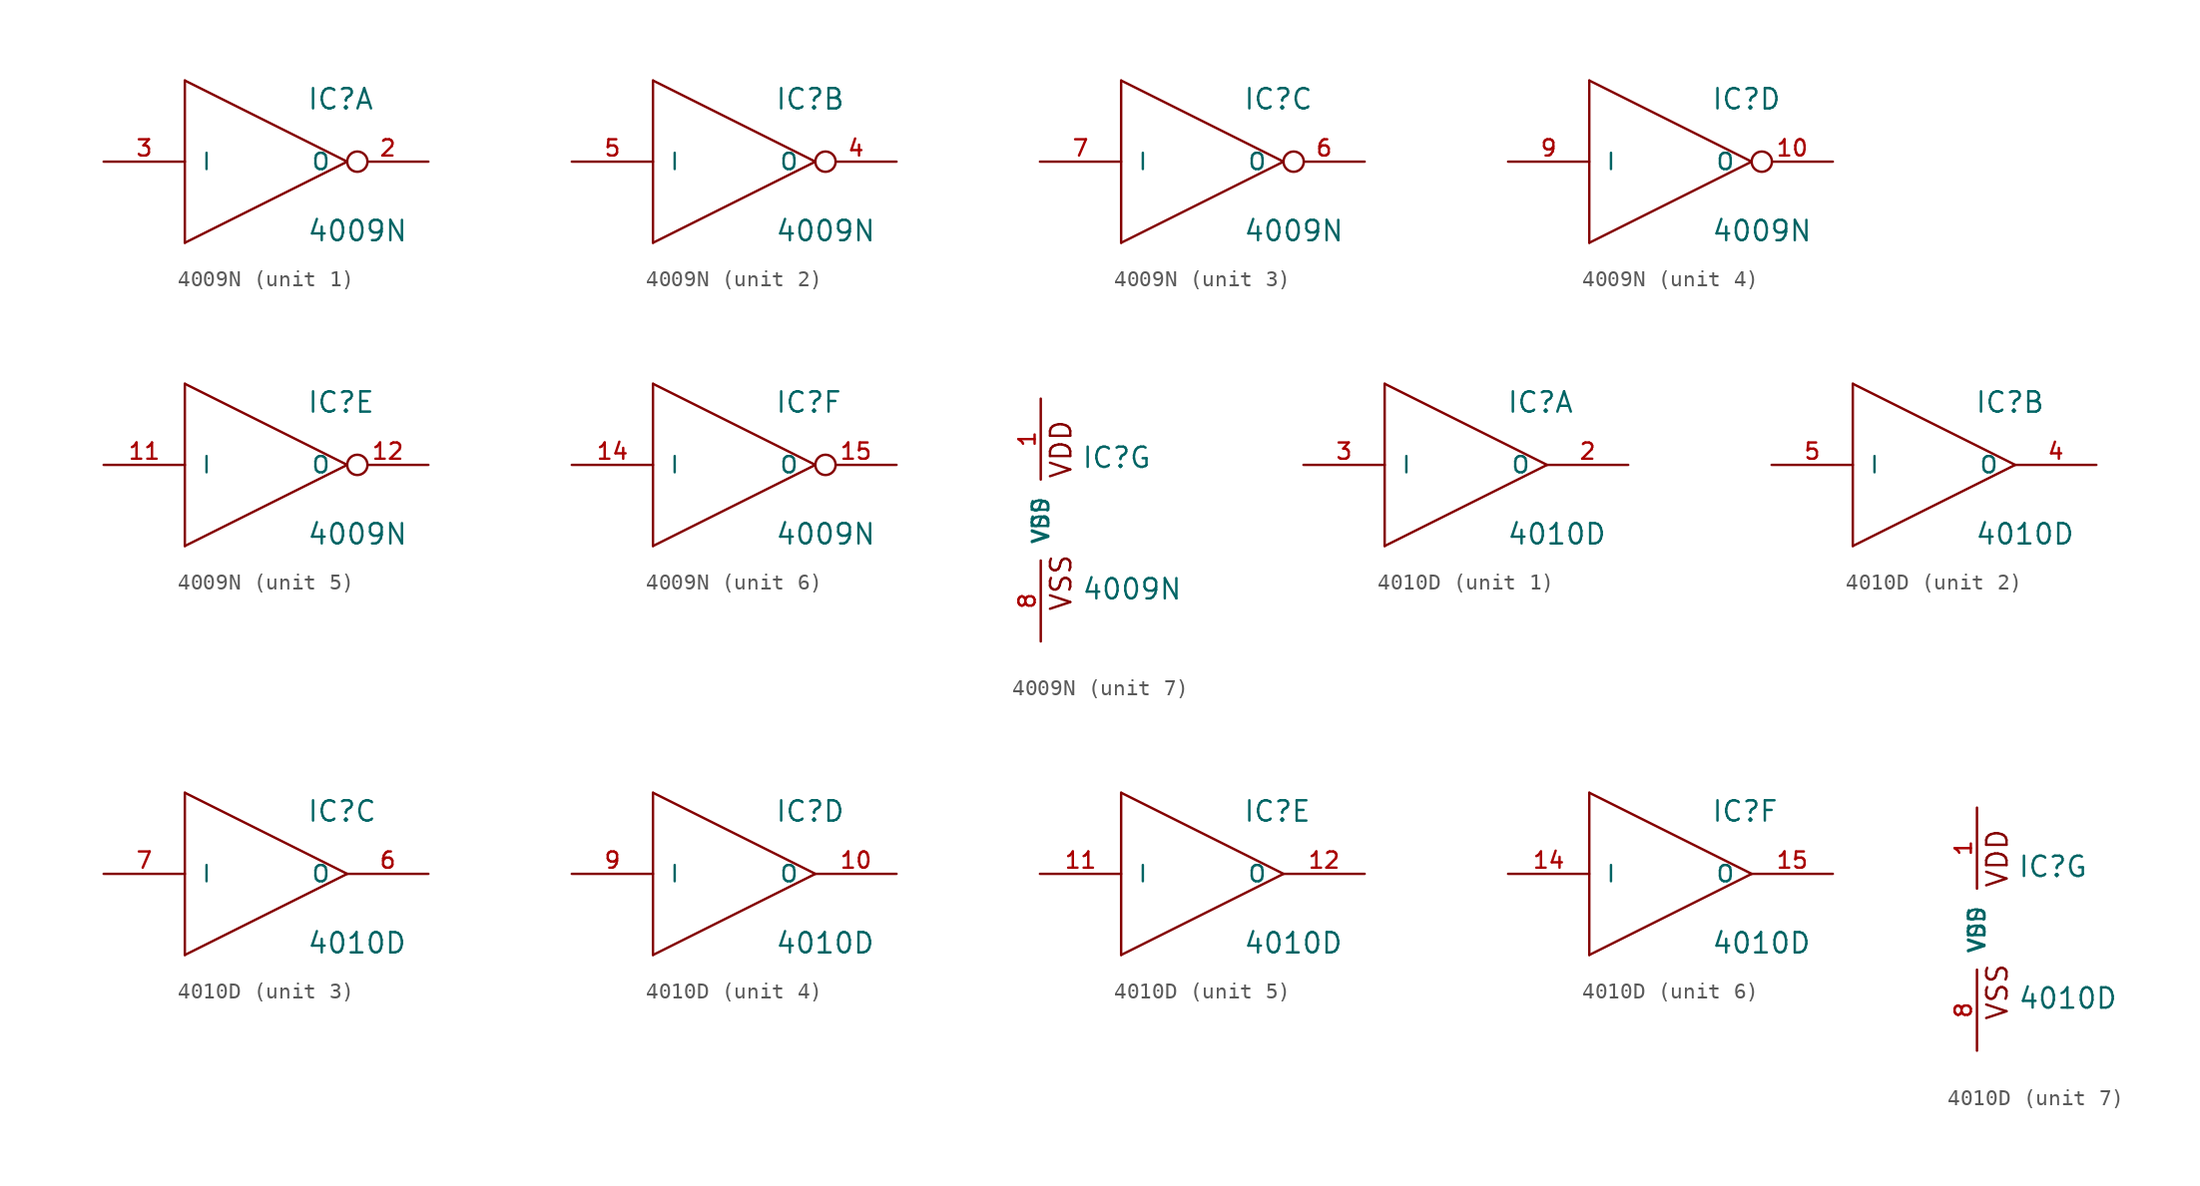
<source format=kicad_sym>
(kicad_symbol_lib
  (version 20211014)
  (generator kicad_symbol_editor)
  (symbol "4009N"
    (pin_names
      (offset 1.016))
    (property "Reference" "IC"
      (at 2.54 3.175 0)
      (effects (font (size 1.27 1.27)) (justify left bottom)))
    (property "Value" "4009N"
      (at 2.54 -5.08 0)
      (effects (font (size 1.27 1.27)) (justify left bottom)))
    (property "ki_locked" ""
      (at 0 0 0)
      (effects (font (size 1.27 1.27))))
    (symbol "4009N_1_0"
      (polyline (pts (xy -5.08 -5.08) (xy 5.08 0)) (stroke (width 0) (type default) (color 0 0 0 0)) (fill (type none)))
      (polyline (pts (xy -5.08 5.08) (xy -5.08 -5.08)) (stroke (width 0) (type default) (color 0 0 0 0)) (fill (type none)))
      (polyline (pts (xy 5.08 0) (xy -5.08 5.08)) (stroke (width 0) (type default) (color 0 0 0 0)) (fill (type none))))
    (symbol "4009N_1_1"
      (pin output inverted (at 10.16 0 180) (length 5.08) (name "O" (effects (font (size 1.016 1.016)))) (number "2" (effects (font (size 1.016 1.016)))))
      (pin input line (at -10.16 0 0) (length 5.08) (name "I" (effects (font (size 1.016 1.016)))) (number "3" (effects (font (size 1.016 1.016))))))
    (symbol "4009N_2_0"
      (polyline (pts (xy -5.08 -5.08) (xy 5.08 0)) (stroke (width 0) (type default) (color 0 0 0 0)) (fill (type none)))
      (polyline (pts (xy -5.08 5.08) (xy -5.08 -5.08)) (stroke (width 0) (type default) (color 0 0 0 0)) (fill (type none)))
      (polyline (pts (xy 5.08 0) (xy -5.08 5.08)) (stroke (width 0) (type default) (color 0 0 0 0)) (fill (type none))))
    (symbol "4009N_2_1"
      (pin output inverted (at 10.16 0 180) (length 5.08) (name "O" (effects (font (size 1.016 1.016)))) (number "4" (effects (font (size 1.016 1.016)))))
      (pin input line (at -10.16 0 0) (length 5.08) (name "I" (effects (font (size 1.016 1.016)))) (number "5" (effects (font (size 1.016 1.016))))))
    (symbol "4009N_3_0"
      (polyline (pts (xy -5.08 -5.08) (xy 5.08 0)) (stroke (width 0) (type default) (color 0 0 0 0)) (fill (type none)))
      (polyline (pts (xy -5.08 5.08) (xy -5.08 -5.08)) (stroke (width 0) (type default) (color 0 0 0 0)) (fill (type none)))
      (polyline (pts (xy 5.08 0) (xy -5.08 5.08)) (stroke (width 0) (type default) (color 0 0 0 0)) (fill (type none))))
    (symbol "4009N_3_1"
      (pin output inverted (at 10.16 0 180) (length 5.08) (name "O" (effects (font (size 1.016 1.016)))) (number "6" (effects (font (size 1.016 1.016)))))
      (pin input line (at -10.16 0 0) (length 5.08) (name "I" (effects (font (size 1.016 1.016)))) (number "7" (effects (font (size 1.016 1.016))))))
    (symbol "4009N_4_0"
      (polyline (pts (xy -5.08 -5.08) (xy 5.08 0)) (stroke (width 0) (type default) (color 0 0 0 0)) (fill (type none)))
      (polyline (pts (xy -5.08 5.08) (xy -5.08 -5.08)) (stroke (width 0) (type default) (color 0 0 0 0)) (fill (type none)))
      (polyline (pts (xy 5.08 0) (xy -5.08 5.08)) (stroke (width 0) (type default) (color 0 0 0 0)) (fill (type none))))
    (symbol "4009N_4_1"
      (pin output inverted (at 10.16 0 180) (length 5.08) (name "O" (effects (font (size 1.016 1.016)))) (number "10" (effects (font (size 1.016 1.016)))))
      (pin input line (at -10.16 0 0) (length 5.08) (name "I" (effects (font (size 1.016 1.016)))) (number "9" (effects (font (size 1.016 1.016))))))
    (symbol "4009N_5_0"
      (polyline (pts (xy -5.08 -5.08) (xy 5.08 0)) (stroke (width 0) (type default) (color 0 0 0 0)) (fill (type none)))
      (polyline (pts (xy -5.08 5.08) (xy -5.08 -5.08)) (stroke (width 0) (type default) (color 0 0 0 0)) (fill (type none)))
      (polyline (pts (xy 5.08 0) (xy -5.08 5.08)) (stroke (width 0) (type default) (color 0 0 0 0)) (fill (type none))))
    (symbol "4009N_5_1"
      (pin input line (at -10.16 0 0) (length 5.08) (name "I" (effects (font (size 1.016 1.016)))) (number "11" (effects (font (size 1.016 1.016)))))
      (pin output inverted (at 10.16 0 180) (length 5.08) (name "O" (effects (font (size 1.016 1.016)))) (number "12" (effects (font (size 1.016 1.016))))))
    (symbol "4009N_6_0"
      (polyline (pts (xy -5.08 -5.08) (xy 5.08 0)) (stroke (width 0) (type default) (color 0 0 0 0)) (fill (type none)))
      (polyline (pts (xy -5.08 5.08) (xy -5.08 -5.08)) (stroke (width 0) (type default) (color 0 0 0 0)) (fill (type none)))
      (polyline (pts (xy 5.08 0) (xy -5.08 5.08)) (stroke (width 0) (type default) (color 0 0 0 0)) (fill (type none))))
    (symbol "4009N_6_1"
      (pin input line (at -10.16 0 0) (length 5.08) (name "I" (effects (font (size 1.016 1.016)))) (number "14" (effects (font (size 1.016 1.016)))))
      (pin output inverted (at 10.16 0 180) (length 5.08) (name "O" (effects (font (size 1.016 1.016)))) (number "15" (effects (font (size 1.016 1.016))))))
    (symbol "4009N_7_0"
      (text "VDD" (at 1.27 4.445 1) (effects (font (size 1.27 1.27))))
      (text "VSS" (at 1.27 -3.937 1) (effects (font (size 1.27 1.27)))))
    (symbol "4009N_7_1"
      (pin power_in line (at 0 7.62 270) (length 5.08) (name "VDD" (effects (font (size 1.016 1.016)))) (number "1" (effects (font (size 1.016 1.016)))))
      (pin power_in line (at 0 -7.62 90) (length 5.08) (name "VSS" (effects (font (size 1.016 1.016)))) (number "8" (effects (font (size 1.016 1.016)))))))
  (symbol "4010D"
    (pin_names
      (offset 1.016))
    (property "Reference" "IC"
      (at 2.54 3.175 0)
      (effects (font (size 1.27 1.27)) (justify left bottom)))
    (property "Value" "4010D"
      (at 2.54 -5.08 0)
      (effects (font (size 1.27 1.27)) (justify left bottom)))
    (property "ki_locked" ""
      (at 0 0 0)
      (effects (font (size 1.27 1.27))))
    (symbol "4010D_1_0"
      (polyline (pts (xy -5.08 -5.08) (xy 5.08 0)) (stroke (width 0) (type default) (color 0 0 0 0)) (fill (type none)))
      (polyline (pts (xy -5.08 5.08) (xy -5.08 -5.08)) (stroke (width 0) (type default) (color 0 0 0 0)) (fill (type none)))
      (polyline (pts (xy 5.08 0) (xy -5.08 5.08)) (stroke (width 0) (type default) (color 0 0 0 0)) (fill (type none))))
    (symbol "4010D_1_1"
      (pin output line (at 10.16 0 180) (length 5.08) (name "O" (effects (font (size 1.016 1.016)))) (number "2" (effects (font (size 1.016 1.016)))))
      (pin input line (at -10.16 0 0) (length 5.08) (name "I" (effects (font (size 1.016 1.016)))) (number "3" (effects (font (size 1.016 1.016))))))
    (symbol "4010D_2_0"
      (polyline (pts (xy -5.08 -5.08) (xy 5.08 0)) (stroke (width 0) (type default) (color 0 0 0 0)) (fill (type none)))
      (polyline (pts (xy -5.08 5.08) (xy -5.08 -5.08)) (stroke (width 0) (type default) (color 0 0 0 0)) (fill (type none)))
      (polyline (pts (xy 5.08 0) (xy -5.08 5.08)) (stroke (width 0) (type default) (color 0 0 0 0)) (fill (type none))))
    (symbol "4010D_2_1"
      (pin output line (at 10.16 0 180) (length 5.08) (name "O" (effects (font (size 1.016 1.016)))) (number "4" (effects (font (size 1.016 1.016)))))
      (pin input line (at -10.16 0 0) (length 5.08) (name "I" (effects (font (size 1.016 1.016)))) (number "5" (effects (font (size 1.016 1.016))))))
    (symbol "4010D_3_0"
      (polyline (pts (xy -5.08 -5.08) (xy 5.08 0)) (stroke (width 0) (type default) (color 0 0 0 0)) (fill (type none)))
      (polyline (pts (xy -5.08 5.08) (xy -5.08 -5.08)) (stroke (width 0) (type default) (color 0 0 0 0)) (fill (type none)))
      (polyline (pts (xy 5.08 0) (xy -5.08 5.08)) (stroke (width 0) (type default) (color 0 0 0 0)) (fill (type none))))
    (symbol "4010D_3_1"
      (pin output line (at 10.16 0 180) (length 5.08) (name "O" (effects (font (size 1.016 1.016)))) (number "6" (effects (font (size 1.016 1.016)))))
      (pin input line (at -10.16 0 0) (length 5.08) (name "I" (effects (font (size 1.016 1.016)))) (number "7" (effects (font (size 1.016 1.016))))))
    (symbol "4010D_4_0"
      (polyline (pts (xy -5.08 -5.08) (xy 5.08 0)) (stroke (width 0) (type default) (color 0 0 0 0)) (fill (type none)))
      (polyline (pts (xy -5.08 5.08) (xy -5.08 -5.08)) (stroke (width 0) (type default) (color 0 0 0 0)) (fill (type none)))
      (polyline (pts (xy 5.08 0) (xy -5.08 5.08)) (stroke (width 0) (type default) (color 0 0 0 0)) (fill (type none))))
    (symbol "4010D_4_1"
      (pin output line (at 10.16 0 180) (length 5.08) (name "O" (effects (font (size 1.016 1.016)))) (number "10" (effects (font (size 1.016 1.016)))))
      (pin input line (at -10.16 0 0) (length 5.08) (name "I" (effects (font (size 1.016 1.016)))) (number "9" (effects (font (size 1.016 1.016))))))
    (symbol "4010D_5_0"
      (polyline (pts (xy -5.08 -5.08) (xy 5.08 0)) (stroke (width 0) (type default) (color 0 0 0 0)) (fill (type none)))
      (polyline (pts (xy -5.08 5.08) (xy -5.08 -5.08)) (stroke (width 0) (type default) (color 0 0 0 0)) (fill (type none)))
      (polyline (pts (xy 5.08 0) (xy -5.08 5.08)) (stroke (width 0) (type default) (color 0 0 0 0)) (fill (type none))))
    (symbol "4010D_5_1"
      (pin input line (at -10.16 0 0) (length 5.08) (name "I" (effects (font (size 1.016 1.016)))) (number "11" (effects (font (size 1.016 1.016)))))
      (pin output line (at 10.16 0 180) (length 5.08) (name "O" (effects (font (size 1.016 1.016)))) (number "12" (effects (font (size 1.016 1.016))))))
    (symbol "4010D_6_0"
      (polyline (pts (xy -5.08 -5.08) (xy 5.08 0)) (stroke (width 0) (type default) (color 0 0 0 0)) (fill (type none)))
      (polyline (pts (xy -5.08 5.08) (xy -5.08 -5.08)) (stroke (width 0) (type default) (color 0 0 0 0)) (fill (type none)))
      (polyline (pts (xy 5.08 0) (xy -5.08 5.08)) (stroke (width 0) (type default) (color 0 0 0 0)) (fill (type none))))
    (symbol "4010D_6_1"
      (pin input line (at -10.16 0 0) (length 5.08) (name "I" (effects (font (size 1.016 1.016)))) (number "14" (effects (font (size 1.016 1.016)))))
      (pin output line (at 10.16 0 180) (length 5.08) (name "O" (effects (font (size 1.016 1.016)))) (number "15" (effects (font (size 1.016 1.016))))))
    (symbol "4010D_7_0"
      (text "VDD" (at 1.27 4.445 1) (effects (font (size 1.27 1.27))))
      (text "VSS" (at 1.27 -3.937 1) (effects (font (size 1.27 1.27)))))
    (symbol "4010D_7_1"
      (pin power_in line (at 0 7.62 270) (length 5.08) (name "VDD" (effects (font (size 1.016 1.016)))) (number "1" (effects (font (size 1.016 1.016)))))
      (pin power_in line (at 0 -7.62 90) (length 5.08) (name "VSS" (effects (font (size 1.016 1.016)))) (number "8" (effects (font (size 1.016 1.016))))))))
</source>
